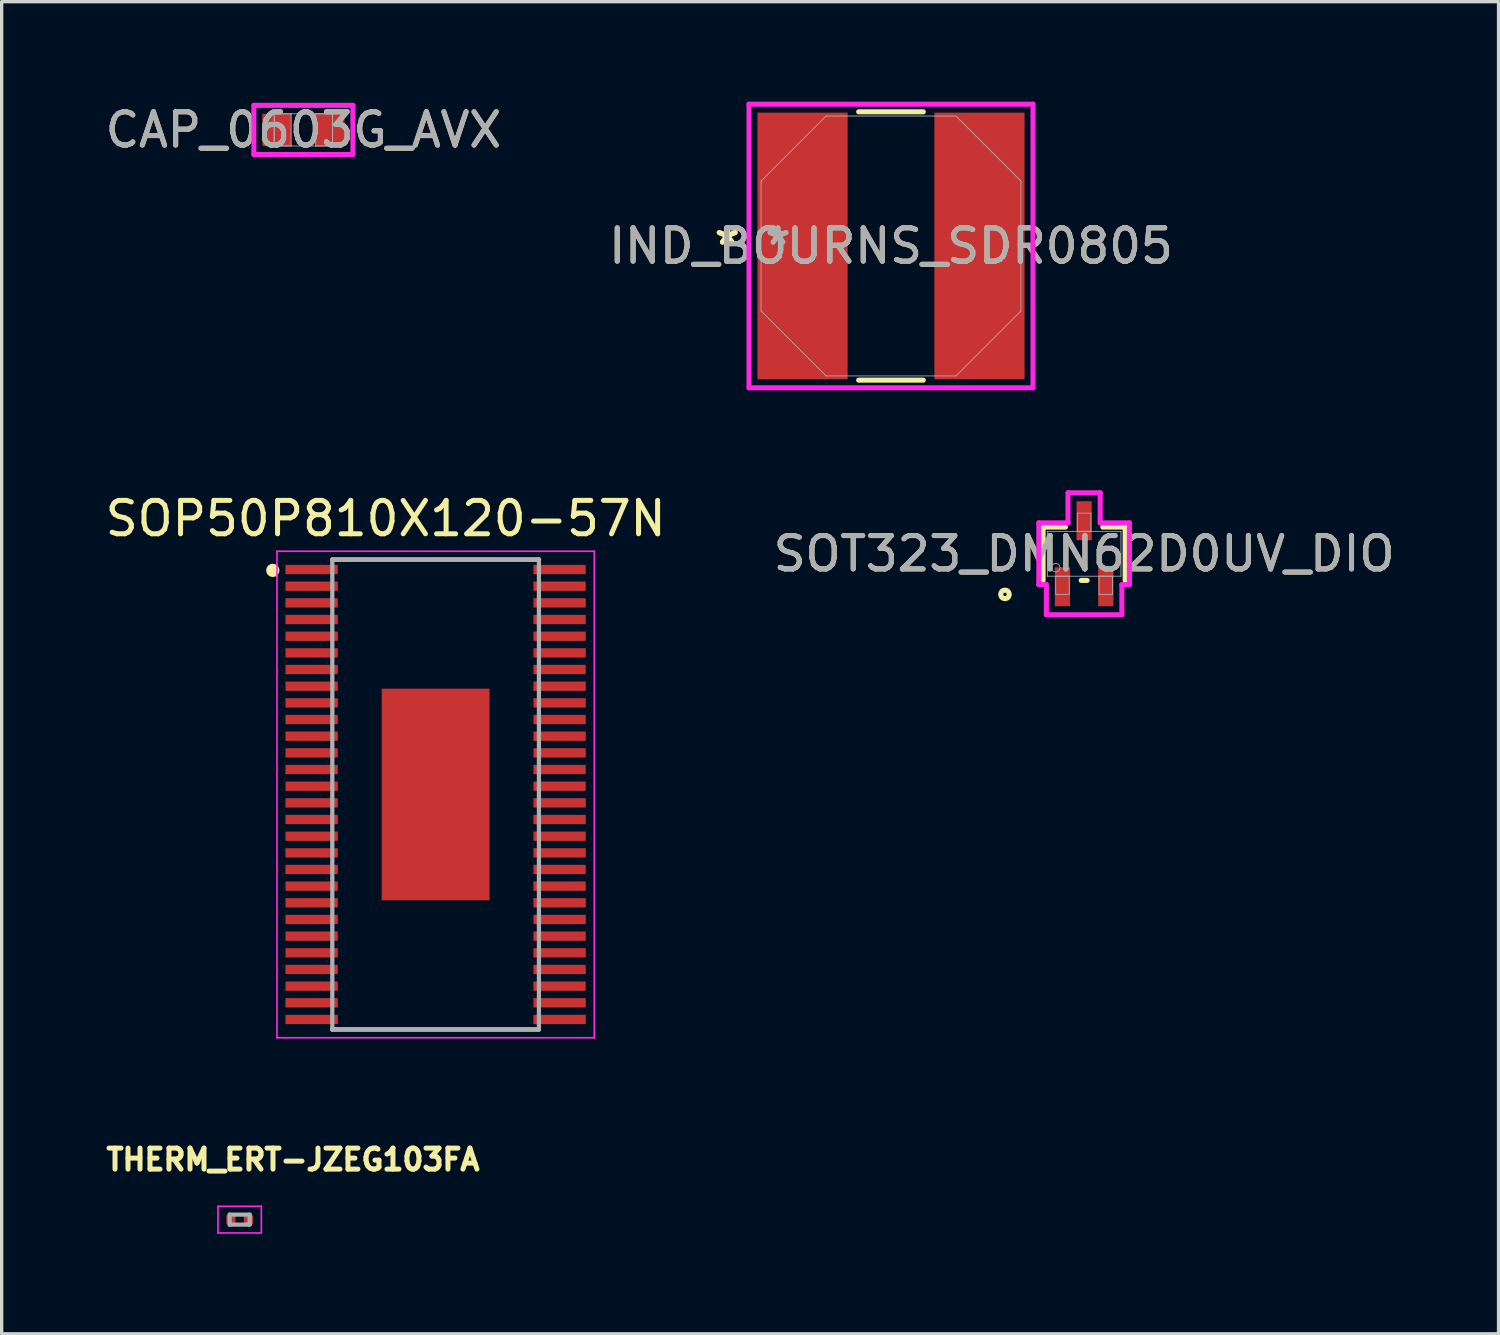
<source format=kicad_pcb>
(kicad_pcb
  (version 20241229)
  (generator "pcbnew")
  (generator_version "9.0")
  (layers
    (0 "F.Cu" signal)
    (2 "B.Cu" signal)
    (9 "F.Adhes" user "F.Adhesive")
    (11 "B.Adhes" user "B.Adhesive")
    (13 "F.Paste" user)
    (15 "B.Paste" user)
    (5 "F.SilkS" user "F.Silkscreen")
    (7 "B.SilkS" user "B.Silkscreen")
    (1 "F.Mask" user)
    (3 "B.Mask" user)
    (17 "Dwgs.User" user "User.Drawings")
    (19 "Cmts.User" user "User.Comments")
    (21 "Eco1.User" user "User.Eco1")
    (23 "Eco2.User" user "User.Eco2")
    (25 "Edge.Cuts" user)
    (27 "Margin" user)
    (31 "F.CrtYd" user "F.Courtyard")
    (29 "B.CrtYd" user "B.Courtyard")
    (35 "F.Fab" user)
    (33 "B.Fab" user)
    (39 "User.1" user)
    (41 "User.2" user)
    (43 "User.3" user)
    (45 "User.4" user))
  (footprint "SOP50P810X120-57N"
    (layer "F.Cu")
    (at 10.021 20.79)
    (property "Reference" "SOP50P810X120-57N" (at -1.498 -8.279 0) (layer "F.SilkS") (effects (font (size 1.002 1.002) (thickness 0.15))))
    (attr smd)
    (fp_line (start -3.1 -7.05) (end 3.1 -7.05) (stroke (width 0.127) (type solid)) (layer "F.SilkS"))
    (fp_line (start -3.1 7.05) (end 3.1 7.05) (stroke (width 0.127) (type solid)) (layer "F.SilkS"))
    (fp_circle (center -4.886 -6.725) (end -4.786 -6.725) (stroke (width 0.2) (type solid)) (fill no) (layer "F.SilkS"))
    (fp_poly (pts (xy -1.024 -2) (xy 1.023 -2) (xy 1.023 2.003) (xy -1.024 2.003)) (stroke (width 0.01) (type solid)) (fill yes) (layer "F.Paste"))
    (fp_line (start -4.76 -7.3) (end -4.76 7.3) (stroke (width 0.05) (type solid)) (layer "F.CrtYd"))
    (fp_line (start -4.76 -7.3) (end 4.76 -7.3) (stroke (width 0.05) (type solid)) (layer "F.CrtYd"))
    (fp_line (start -4.76 7.3) (end 4.76 7.3) (stroke (width 0.05) (type solid)) (layer "F.CrtYd"))
    (fp_line (start 4.76 -7.3) (end 4.76 7.3) (stroke (width 0.05) (type solid)) (layer "F.CrtYd"))
    (fp_line (start -3.1 -7.05) (end -3.1 7.05) (stroke (width 0.127) (type solid)) (layer "F.Fab"))
    (fp_line (start -3.1 -7.05) (end 3.1 -7.05) (stroke (width 0.127) (type solid)) (layer "F.Fab"))
    (fp_line (start -3.1 7.05) (end 3.1 7.05) (stroke (width 0.127) (type solid)) (layer "F.Fab"))
    (fp_line (start 3.1 -7.05) (end 3.1 7.05) (stroke (width 0.127) (type solid)) (layer "F.Fab"))
    (pad "1" smd roundrect (at -3.72 -6.75) (size 1.57 0.28) (layers "F.Cu" "F.Mask" "F.Paste") (roundrect_rratio 0.04))
    (pad "2" smd roundrect (at -3.72 -6.25) (size 1.57 0.28) (layers "F.Cu" "F.Mask" "F.Paste") (roundrect_rratio 0.04))
    (pad "3" smd roundrect (at -3.72 -5.75) (size 1.57 0.28) (layers "F.Cu" "F.Mask" "F.Paste") (roundrect_rratio 0.04))
    (pad "4" smd roundrect (at -3.72 -5.25) (size 1.57 0.28) (layers "F.Cu" "F.Mask" "F.Paste") (roundrect_rratio 0.04))
    (pad "5" smd roundrect (at -3.72 -4.75) (size 1.57 0.28) (layers "F.Cu" "F.Mask" "F.Paste") (roundrect_rratio 0.04))
    (pad "6" smd roundrect (at -3.72 -4.25) (size 1.57 0.28) (layers "F.Cu" "F.Mask" "F.Paste") (roundrect_rratio 0.04))
    (pad "7" smd roundrect (at -3.72 -3.75) (size 1.57 0.28) (layers "F.Cu" "F.Mask" "F.Paste") (roundrect_rratio 0.04))
    (pad "8" smd roundrect (at -3.72 -3.25) (size 1.57 0.28) (layers "F.Cu" "F.Mask" "F.Paste") (roundrect_rratio 0.04))
    (pad "9" smd roundrect (at -3.72 -2.75) (size 1.57 0.28) (layers "F.Cu" "F.Mask" "F.Paste") (roundrect_rratio 0.04))
    (pad "10" smd roundrect (at -3.72 -2.25) (size 1.57 0.28) (layers "F.Cu" "F.Mask" "F.Paste") (roundrect_rratio 0.04))
    (pad "11" smd roundrect (at -3.72 -1.75) (size 1.57 0.28) (layers "F.Cu" "F.Mask" "F.Paste") (roundrect_rratio 0.04))
    (pad "12" smd roundrect (at -3.72 -1.25) (size 1.57 0.28) (layers "F.Cu" "F.Mask" "F.Paste") (roundrect_rratio 0.04))
    (pad "13" smd roundrect (at -3.72 -0.75) (size 1.57 0.28) (layers "F.Cu" "F.Mask" "F.Paste") (roundrect_rratio 0.04))
    (pad "14" smd roundrect (at -3.72 -0.25) (size 1.57 0.28) (layers "F.Cu" "F.Mask" "F.Paste") (roundrect_rratio 0.04))
    (pad "15" smd roundrect (at -3.72 0.25) (size 1.57 0.28) (layers "F.Cu" "F.Mask" "F.Paste") (roundrect_rratio 0.04))
    (pad "16" smd roundrect (at -3.72 0.75) (size 1.57 0.28) (layers "F.Cu" "F.Mask" "F.Paste") (roundrect_rratio 0.04))
    (pad "17" smd roundrect (at -3.72 1.25) (size 1.57 0.28) (layers "F.Cu" "F.Mask" "F.Paste") (roundrect_rratio 0.04))
    (pad "18" smd roundrect (at -3.72 1.75) (size 1.57 0.28) (layers "F.Cu" "F.Mask" "F.Paste") (roundrect_rratio 0.04))
    (pad "19" smd roundrect (at -3.72 2.25) (size 1.57 0.28) (layers "F.Cu" "F.Mask" "F.Paste") (roundrect_rratio 0.04))
    (pad "20" smd roundrect (at -3.72 2.75) (size 1.57 0.28) (layers "F.Cu" "F.Mask" "F.Paste") (roundrect_rratio 0.04))
    (pad "21" smd roundrect (at -3.72 3.25) (size 1.57 0.28) (layers "F.Cu" "F.Mask" "F.Paste") (roundrect_rratio 0.04))
    (pad "22" smd roundrect (at -3.72 3.75) (size 1.57 0.28) (layers "F.Cu" "F.Mask" "F.Paste") (roundrect_rratio 0.04))
    (pad "23" smd roundrect (at -3.72 4.25) (size 1.57 0.28) (layers "F.Cu" "F.Mask" "F.Paste") (roundrect_rratio 0.04))
    (pad "24" smd roundrect (at -3.72 4.75) (size 1.57 0.28) (layers "F.Cu" "F.Mask" "F.Paste") (roundrect_rratio 0.04))
    (pad "25" smd roundrect (at -3.72 5.25) (size 1.57 0.28) (layers "F.Cu" "F.Mask" "F.Paste") (roundrect_rratio 0.04))
    (pad "26" smd roundrect (at -3.72 5.75) (size 1.57 0.28) (layers "F.Cu" "F.Mask" "F.Paste") (roundrect_rratio 0.04))
    (pad "27" smd roundrect (at -3.72 6.25) (size 1.57 0.28) (layers "F.Cu" "F.Mask" "F.Paste") (roundrect_rratio 0.04))
    (pad "28" smd roundrect (at -3.72 6.75) (size 1.57 0.28) (layers "F.Cu" "F.Mask" "F.Paste") (roundrect_rratio 0.04))
    (pad "29" smd roundrect (at 3.72 6.75) (size 1.57 0.28) (layers "F.Cu" "F.Mask" "F.Paste") (roundrect_rratio 0.04))
    (pad "30" smd roundrect (at 3.72 6.25) (size 1.57 0.28) (layers "F.Cu" "F.Mask" "F.Paste") (roundrect_rratio 0.04))
    (pad "31" smd roundrect (at 3.72 5.75) (size 1.57 0.28) (layers "F.Cu" "F.Mask" "F.Paste") (roundrect_rratio 0.04))
    (pad "32" smd roundrect (at 3.72 5.25) (size 1.57 0.28) (layers "F.Cu" "F.Mask" "F.Paste") (roundrect_rratio 0.04))
    (pad "33" smd roundrect (at 3.72 4.75) (size 1.57 0.28) (layers "F.Cu" "F.Mask" "F.Paste") (roundrect_rratio 0.04))
    (pad "34" smd roundrect (at 3.72 4.25) (size 1.57 0.28) (layers "F.Cu" "F.Mask" "F.Paste") (roundrect_rratio 0.04))
    (pad "35" smd roundrect (at 3.72 3.75) (size 1.57 0.28) (layers "F.Cu" "F.Mask" "F.Paste") (roundrect_rratio 0.04))
    (pad "36" smd roundrect (at 3.72 3.25) (size 1.57 0.28) (layers "F.Cu" "F.Mask" "F.Paste") (roundrect_rratio 0.04))
    (pad "37" smd roundrect (at 3.72 2.75) (size 1.57 0.28) (layers "F.Cu" "F.Mask" "F.Paste") (roundrect_rratio 0.04))
    (pad "38" smd roundrect (at 3.72 2.25) (size 1.57 0.28) (layers "F.Cu" "F.Mask" "F.Paste") (roundrect_rratio 0.04))
    (pad "39" smd roundrect (at 3.72 1.75) (size 1.57 0.28) (layers "F.Cu" "F.Mask" "F.Paste") (roundrect_rratio 0.04))
    (pad "40" smd roundrect (at 3.72 1.25) (size 1.57 0.28) (layers "F.Cu" "F.Mask" "F.Paste") (roundrect_rratio 0.04))
    (pad "41" smd roundrect (at 3.72 0.75) (size 1.57 0.28) (layers "F.Cu" "F.Mask" "F.Paste") (roundrect_rratio 0.04))
    (pad "42" smd roundrect (at 3.72 0.25) (size 1.57 0.28) (layers "F.Cu" "F.Mask" "F.Paste") (roundrect_rratio 0.04))
    (pad "43" smd roundrect (at 3.72 -0.25) (size 1.57 0.28) (layers "F.Cu" "F.Mask" "F.Paste") (roundrect_rratio 0.04))
    (pad "44" smd roundrect (at 3.72 -0.75) (size 1.57 0.28) (layers "F.Cu" "F.Mask" "F.Paste") (roundrect_rratio 0.04))
    (pad "45" smd roundrect (at 3.72 -1.25) (size 1.57 0.28) (layers "F.Cu" "F.Mask" "F.Paste") (roundrect_rratio 0.04))
    (pad "46" smd roundrect (at 3.72 -1.75) (size 1.57 0.28) (layers "F.Cu" "F.Mask" "F.Paste") (roundrect_rratio 0.04))
    (pad "47" smd roundrect (at 3.72 -2.25) (size 1.57 0.28) (layers "F.Cu" "F.Mask" "F.Paste") (roundrect_rratio 0.04))
    (pad "48" smd roundrect (at 3.72 -2.75) (size 1.57 0.28) (layers "F.Cu" "F.Mask" "F.Paste") (roundrect_rratio 0.04))
    (pad "49" smd roundrect (at 3.72 -3.25) (size 1.57 0.28) (layers "F.Cu" "F.Mask" "F.Paste") (roundrect_rratio 0.04))
    (pad "50" smd roundrect (at 3.72 -3.75) (size 1.57 0.28) (layers "F.Cu" "F.Mask" "F.Paste") (roundrect_rratio 0.04))
    (pad "51" smd roundrect (at 3.72 -4.25) (size 1.57 0.28) (layers "F.Cu" "F.Mask" "F.Paste") (roundrect_rratio 0.04))
    (pad "52" smd roundrect (at 3.72 -4.75) (size 1.57 0.28) (layers "F.Cu" "F.Mask" "F.Paste") (roundrect_rratio 0.04))
    (pad "53" smd roundrect (at 3.72 -5.25) (size 1.57 0.28) (layers "F.Cu" "F.Mask" "F.Paste") (roundrect_rratio 0.04))
    (pad "54" smd roundrect (at 3.72 -5.75) (size 1.57 0.28) (layers "F.Cu" "F.Mask" "F.Paste") (roundrect_rratio 0.04))
    (pad "55" smd roundrect (at 3.72 -6.25) (size 1.57 0.28) (layers "F.Cu" "F.Mask" "F.Paste") (roundrect_rratio 0.04))
    (pad "56" smd roundrect (at 3.72 -6.75) (size 1.57 0.28) (layers "F.Cu" "F.Mask" "F.Paste") (roundrect_rratio 0.04))
    (pad "57" smd rect (at 0 0) (size 3.235 6.35) (layers "F.Cu" "F.Mask")))
  (footprint "IND_BOURNS_SDR0805"
    (layer "F.Cu")
    (at 23.685 4.331)
    (property "Reference" "IND_BOURNS_SDR0805" (at 0 0 0) (unlocked yes) (layer "F.SilkS") (effects (font (size 1 1) (thickness 0.15))))
    (attr smd)
    (fp_line (start -0.97 4.026) (end 0.97 4.026) (stroke (width 0.152) (type solid)) (layer "F.SilkS"))
    (fp_line (start 0.97 -4.026) (end -0.97 -4.026) (stroke (width 0.152) (type solid)) (layer "F.SilkS"))
    (fp_line (start -4.261 -4.255) (end 4.261 -4.255) (stroke (width 0.152) (type solid)) (layer "F.CrtYd"))
    (fp_line (start -4.261 4.255) (end -4.261 -4.255) (stroke (width 0.152) (type solid)) (layer "F.CrtYd"))
    (fp_line (start 4.261 -4.255) (end 4.261 4.255) (stroke (width 0.152) (type solid)) (layer "F.CrtYd"))
    (fp_line (start 4.261 4.255) (end -4.261 4.255) (stroke (width 0.152) (type solid)) (layer "F.CrtYd"))
    (fp_line (start -3.899 -1.949) (end -3.899 1.949) (stroke (width 0.025) (type solid)) (layer "F.Fab"))
    (fp_line (start -3.899 1.949) (end -1.949 3.899) (stroke (width 0.025) (type solid)) (layer "F.Fab"))
    (fp_line (start -1.949 -3.899) (end -3.899 -1.949) (stroke (width 0.025) (type solid)) (layer "F.Fab"))
    (fp_line (start -1.949 3.899) (end 1.949 3.899) (stroke (width 0.025) (type solid)) (layer "F.Fab"))
    (fp_line (start 1.949 -3.899) (end -1.949 -3.899) (stroke (width 0.025) (type solid)) (layer "F.Fab"))
    (fp_line (start 1.949 3.899) (end 3.899 1.949) (stroke (width 0.025) (type solid)) (layer "F.Fab"))
    (fp_line (start 3.899 -1.949) (end 1.949 -3.899) (stroke (width 0.025) (type solid)) (layer "F.Fab"))
    (fp_line (start 3.899 1.949) (end 3.899 -1.949) (stroke (width 0.025) (type solid)) (layer "F.Fab"))
    (fp_text user "*" (at -4.915 0 0) (unlocked yes) (layer "F.SilkS") (effects (font (size 1 1) (thickness 0.15))))
    (fp_text user "*" (at -4.915 0 0) (layer "F.SilkS") (effects (font (size 1 1) (thickness 0.15))))
    (fp_text user "${REFERENCE}" (at 0 0 0) (unlocked yes) (layer "F.Fab") (effects (font (size 1 1) (thickness 0.15))))
    (fp_text user "*" (at -3.391 0 0) (unlocked yes) (layer "F.Fab") (effects (font (size 1 1) (thickness 0.15))))
    (fp_text user "*" (at -3.391 0 0) (layer "F.Fab") (effects (font (size 1 1) (thickness 0.15))))
    (pad "1" smd rect (at -2.654 0) (size 2.705 8.001) (layers "F.Cu" "F.Mask" "F.Paste"))
    (pad "2" smd rect (at 2.654 0) (size 2.705 8.001) (layers "F.Cu" "F.Mask" "F.Paste")))
  (footprint "SOT323_DMN62D0UV_DIO"
    (layer "F.Cu")
    (at 29.48 13.566)
    (property "Reference" "SOT323_DMN62D0UV_DIO" (at 0 0 0) (unlocked yes) (layer "F.SilkS") (effects (font (size 1 1) (thickness 0.15))))
    (attr smd)
    (fp_line (start -1.232 -0.8) (end -1.232 0.8) (stroke (width 0.152) (type solid)) (layer "F.SilkS"))
    (fp_line (start -0.561 -0.8) (end -1.232 -0.8) (stroke (width 0.152) (type solid)) (layer "F.SilkS"))
    (fp_line (start -0.089 0.8) (end 0.089 0.8) (stroke (width 0.152) (type solid)) (layer "F.SilkS"))
    (fp_line (start 1.232 -0.8) (end 0.561 -0.8) (stroke (width 0.152) (type solid)) (layer "F.SilkS"))
    (fp_line (start 1.232 0.8) (end 1.232 -0.8) (stroke (width 0.152) (type solid)) (layer "F.SilkS"))
    (fp_circle (center -2.375 1.219) (end -2.248 1.219) (stroke (width 0.152) (type solid)) (fill no) (layer "F.SilkS"))
    (fp_line (start -1.359 -0.927) (end -0.483 -0.927) (stroke (width 0.152) (type solid)) (layer "F.CrtYd"))
    (fp_line (start -1.359 0.927) (end -1.359 -0.927) (stroke (width 0.152) (type solid)) (layer "F.CrtYd"))
    (fp_line (start -1.359 0.927) (end -1.133 0.927) (stroke (width 0.152) (type solid)) (layer "F.CrtYd"))
    (fp_line (start -1.133 0.927) (end -1.133 1.829) (stroke (width 0.152) (type solid)) (layer "F.CrtYd"))
    (fp_line (start -1.133 1.829) (end 1.133 1.829) (stroke (width 0.152) (type solid)) (layer "F.CrtYd"))
    (fp_line (start -0.483 -1.829) (end 0.483 -1.829) (stroke (width 0.152) (type solid)) (layer "F.CrtYd"))
    (fp_line (start -0.483 -0.927) (end -0.483 -1.829) (stroke (width 0.152) (type solid)) (layer "F.CrtYd"))
    (fp_line (start 0.483 -0.927) (end 0.483 -1.829) (stroke (width 0.152) (type solid)) (layer "F.CrtYd"))
    (fp_line (start 1.133 0.927) (end 1.133 1.829) (stroke (width 0.152) (type solid)) (layer "F.CrtYd"))
    (fp_line (start 1.359 -0.927) (end 0.483 -0.927) (stroke (width 0.152) (type solid)) (layer "F.CrtYd"))
    (fp_line (start 1.359 -0.927) (end 1.359 0.927) (stroke (width 0.152) (type solid)) (layer "F.CrtYd"))
    (fp_line (start 1.359 0.927) (end 1.133 0.927) (stroke (width 0.152) (type solid)) (layer "F.CrtYd"))
    (fp_line (start -1.105 -0.673) (end -1.105 0.673) (stroke (width 0.025) (type solid)) (layer "F.Fab"))
    (fp_line (start -1.105 0.673) (end 1.105 0.673) (stroke (width 0.025) (type solid)) (layer "F.Fab"))
    (fp_line (start -0.853 0.673) (end -0.853 1.219) (stroke (width 0.025) (type solid)) (layer "F.Fab"))
    (fp_line (start -0.853 1.219) (end -0.447 1.219) (stroke (width 0.025) (type solid)) (layer "F.Fab"))
    (fp_line (start -0.447 0.673) (end -0.853 0.673) (stroke (width 0.025) (type solid)) (layer "F.Fab"))
    (fp_line (start -0.447 1.219) (end -0.447 0.673) (stroke (width 0.025) (type solid)) (layer "F.Fab"))
    (fp_line (start -0.203 -1.219) (end -0.203 -0.673) (stroke (width 0.025) (type solid)) (layer "F.Fab"))
    (fp_line (start -0.203 -0.673) (end 0.203 -0.673) (stroke (width 0.025) (type solid)) (layer "F.Fab"))
    (fp_line (start 0.203 -1.219) (end -0.203 -1.219) (stroke (width 0.025) (type solid)) (layer "F.Fab"))
    (fp_line (start 0.203 -0.673) (end 0.203 -1.219) (stroke (width 0.025) (type solid)) (layer "F.Fab"))
    (fp_line (start 0.447 0.673) (end 0.447 1.219) (stroke (width 0.025) (type solid)) (layer "F.Fab"))
    (fp_line (start 0.447 1.219) (end 0.853 1.219) (stroke (width 0.025) (type solid)) (layer "F.Fab"))
    (fp_line (start 0.853 0.673) (end 0.447 0.673) (stroke (width 0.025) (type solid)) (layer "F.Fab"))
    (fp_line (start 0.853 1.219) (end 0.853 0.673) (stroke (width 0.025) (type solid)) (layer "F.Fab"))
    (fp_line (start 1.105 -0.673) (end -1.105 -0.673) (stroke (width 0.025) (type solid)) (layer "F.Fab"))
    (fp_line (start 1.105 0.673) (end 1.105 -0.673) (stroke (width 0.025) (type solid)) (layer "F.Fab"))
    (fp_circle (center -0.851 0.419) (end -0.724 0.419) (stroke (width 0.025) (type solid)) (fill no) (layer "F.Fab"))
    (fp_text user "${REFERENCE}" (at 0 0 0) (unlocked yes) (layer "F.Fab") (effects (font (size 1 1) (thickness 0.15))))
    (pad "1" smd rect (at -0.65 0.991) (size 0.457 1.168) (layers "F.Cu" "F.Mask" "F.Paste"))
    (pad "2" smd rect (at 0.65 0.991) (size 0.457 1.168) (layers "F.Cu" "F.Mask" "F.Paste"))
    (pad "3" smd rect (at 0 -0.991) (size 0.457 1.168) (layers "F.Cu" "F.Mask" "F.Paste")))
  (footprint "CAP_0603G_AVX"
    (layer "F.Cu")
    (at 6.054 0.848)
    (property "Reference" "CAP_0603G_AVX" (at 0 0 0) (unlocked yes) (layer "F.SilkS") (effects (font (size 1 1) (thickness 0.15))))
    (attr smd)
    (fp_line (start -1.486 -0.737) (end 1.486 -0.737) (stroke (width 0.152) (type solid)) (layer "F.CrtYd"))
    (fp_line (start -1.486 0.737) (end -1.486 -0.737) (stroke (width 0.152) (type solid)) (layer "F.CrtYd"))
    (fp_line (start 1.486 -0.737) (end 1.486 0.737) (stroke (width 0.152) (type solid)) (layer "F.CrtYd"))
    (fp_line (start 1.486 0.737) (end -1.486 0.737) (stroke (width 0.152) (type solid)) (layer "F.CrtYd"))
    (fp_line (start -0.876 -0.483) (end -0.876 0.483) (stroke (width 0.025) (type solid)) (layer "F.Fab"))
    (fp_line (start -0.876 -0.483) (end -0.876 0.483) (stroke (width 0.025) (type solid)) (layer "F.Fab"))
    (fp_line (start -0.876 0.483) (end -0.368 0.483) (stroke (width 0.025) (type solid)) (layer "F.Fab"))
    (fp_line (start -0.876 0.483) (end 0.876 0.483) (stroke (width 0.025) (type solid)) (layer "F.Fab"))
    (fp_line (start -0.368 -0.483) (end -0.876 -0.483) (stroke (width 0.025) (type solid)) (layer "F.Fab"))
    (fp_line (start -0.368 0.483) (end -0.368 -0.483) (stroke (width 0.025) (type solid)) (layer "F.Fab"))
    (fp_line (start 0.368 -0.483) (end 0.368 0.483) (stroke (width 0.025) (type solid)) (layer "F.Fab"))
    (fp_line (start 0.368 0.483) (end 0.876 0.483) (stroke (width 0.025) (type solid)) (layer "F.Fab"))
    (fp_line (start 0.876 -0.483) (end -0.876 -0.483) (stroke (width 0.025) (type solid)) (layer "F.Fab"))
    (fp_line (start 0.876 -0.483) (end 0.368 -0.483) (stroke (width 0.025) (type solid)) (layer "F.Fab"))
    (fp_line (start 0.876 0.483) (end 0.876 -0.483) (stroke (width 0.025) (type solid)) (layer "F.Fab"))
    (fp_line (start 0.876 0.483) (end 0.876 -0.483) (stroke (width 0.025) (type solid)) (layer "F.Fab"))
    (fp_circle (center -0.622 0) (end -0.622 0) (stroke (width 0.025) (type solid)) (fill no) (layer "F.Fab"))
    (fp_text user "${REFERENCE}" (at 0 0 0) (unlocked yes) (layer "F.Fab") (effects (font (size 1 1) (thickness 0.15))))
    (pad "1" smd rect (at -0.8 0) (size 0.864 0.965) (layers "F.Cu" "F.Mask" "F.Paste"))
    (pad "2" smd rect (at 0.8 0) (size 0.864 0.965) (layers "F.Cu" "F.Mask" "F.Paste"))
    (zone (net_name "") (layer "F.Cu") (hatch full 0.508) (connect_pads) (min_thickness 0.254) (filled_areas_thickness no) (keepout (tracks not_allowed) (vias not_allowed) (pads allowed) (copperpour not_allowed) (footprints allowed)) (placement (enabled no)) (fill) (polygon (pts (xy 5.736 0.416) (xy 6.371 0.416) (xy 6.371 1.28) (xy 5.736 1.28)))))
  (footprint "THERM_ERT-JZEG103FA"
    (layer "F.Cu")
    (at 4.141 33.546)
    (property "Reference" "THERM_ERT-JZEG103FA" (at 1.6 -1.8 0) (layer "F.SilkS") (effects (font (size 0.63 0.63) (thickness 0.15))))
    (attr smd)
    (fp_poly (pts (xy -0.4 -0.125) (xy -0.125 -0.125) (xy -0.125 0.125) (xy -0.4 0.125)) (stroke (width 0.01) (type solid)) (fill yes) (layer "F.Mask"))
    (fp_poly (pts (xy 0.125 -0.125) (xy 0.4 -0.125) (xy 0.4 0.125) (xy 0.125 0.125)) (stroke (width 0.01) (type solid)) (fill yes) (layer "F.Mask"))
    (fp_line (start -0.65 -0.4) (end 0.65 -0.4) (stroke (width 0.05) (type solid)) (layer "F.CrtYd"))
    (fp_line (start -0.65 0.4) (end -0.65 -0.4) (stroke (width 0.05) (type solid)) (layer "F.CrtYd"))
    (fp_line (start 0.65 -0.4) (end 0.65 0.4) (stroke (width 0.05) (type solid)) (layer "F.CrtYd"))
    (fp_line (start 0.65 0.4) (end -0.65 0.4) (stroke (width 0.05) (type solid)) (layer "F.CrtYd"))
    (fp_line (start -0.3 -0.15) (end 0.3 -0.15) (stroke (width 0.127) (type solid)) (layer "F.Fab"))
    (fp_line (start -0.3 0.15) (end -0.3 -0.15) (stroke (width 0.127) (type solid)) (layer "F.Fab"))
    (fp_line (start 0.3 -0.15) (end 0.3 0.15) (stroke (width 0.127) (type solid)) (layer "F.Fab"))
    (fp_line (start 0.3 0.15) (end -0.3 0.15) (stroke (width 0.127) (type solid)) (layer "F.Fab"))
    (pad "1" smd rect (at -0.263 0) (size 0.275 0.25) (layers "F.Cu" "F.Paste"))
    (pad "2" smd rect (at 0.263 0) (size 0.275 0.25) (layers "F.Cu" "F.Paste")))
  (gr_rect
    (start -3 -3)
    (end 41.915 36.971)
    (stroke (width 0.1) (type default))
    (fill no)
    (layer "Edge.Cuts")))
</source>
